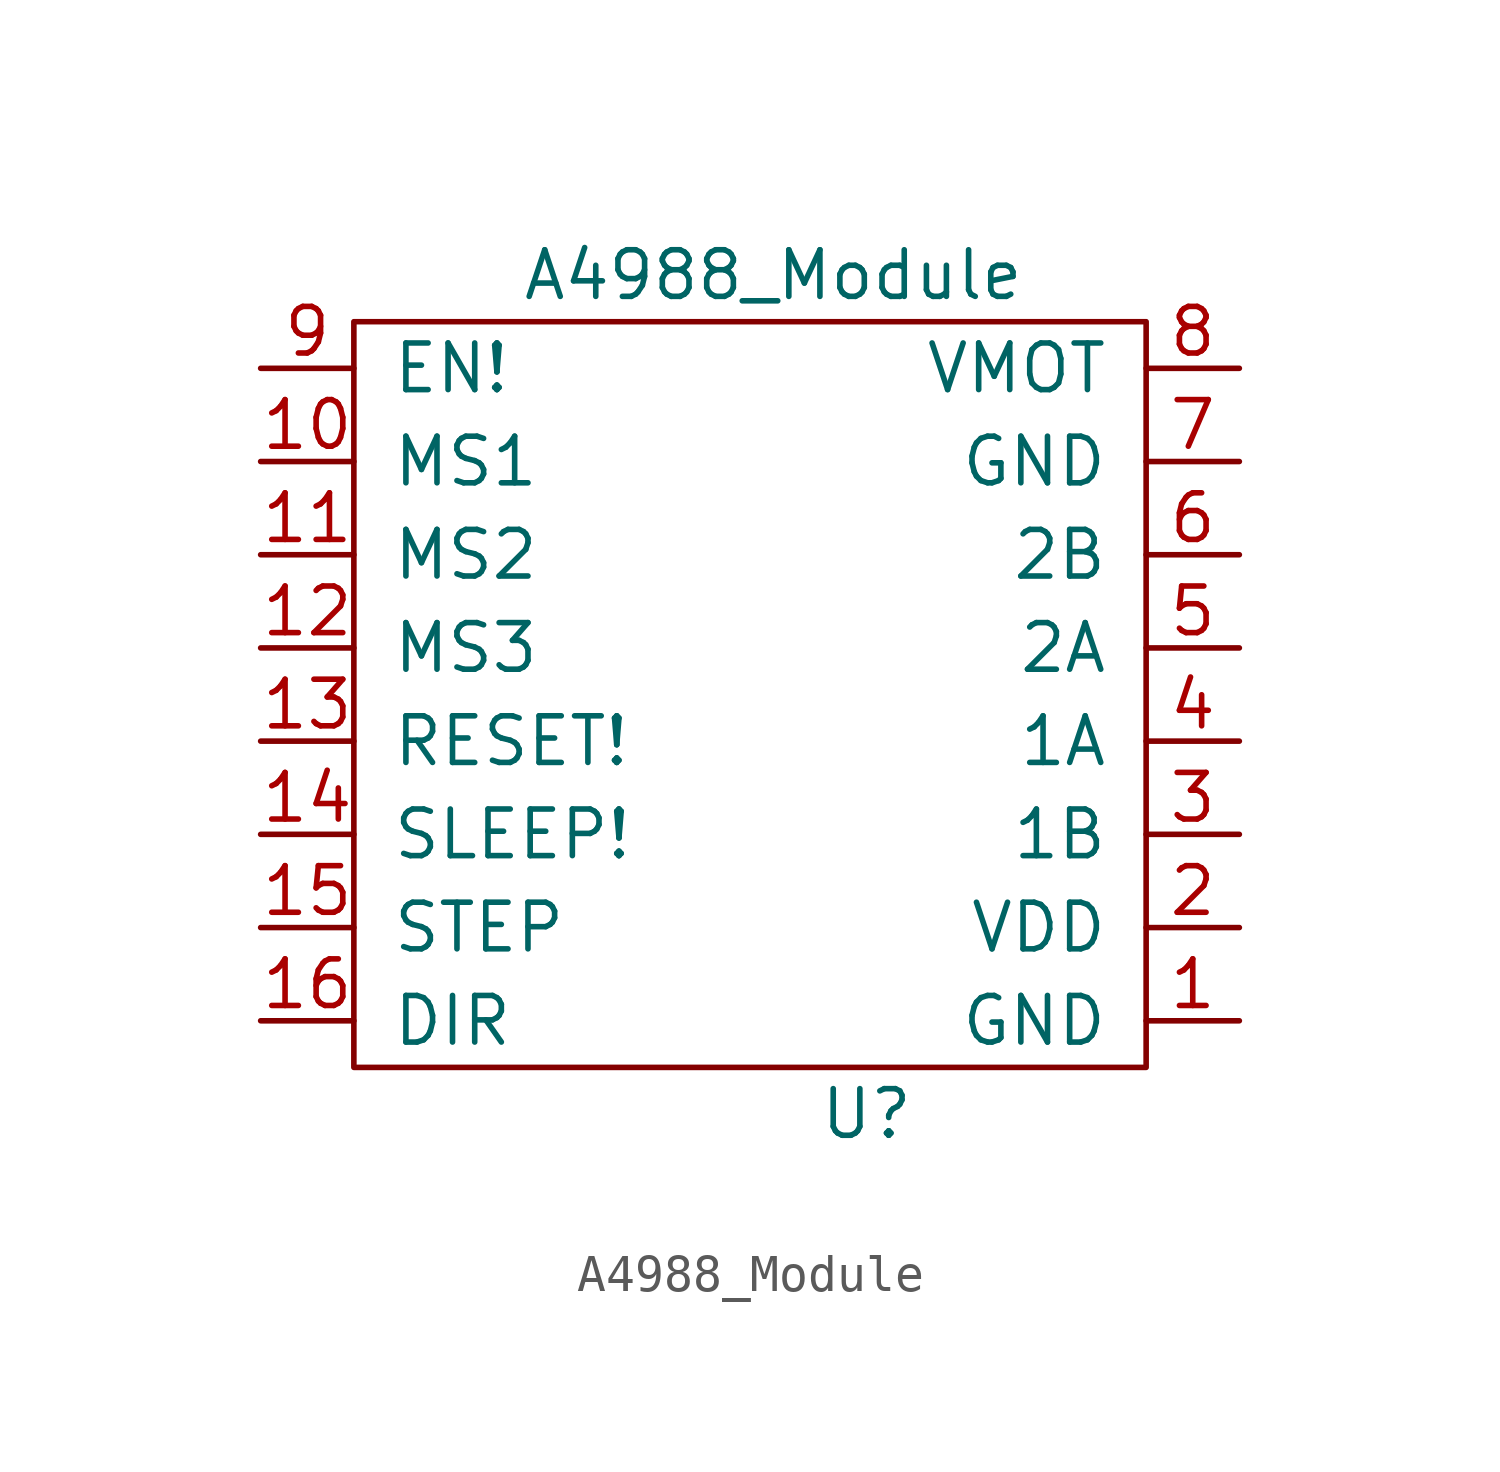
<source format=kicad_sym>
(kicad_symbol_lib
  (version 20211014)
  (generator kicad_symbol_editor)
  (symbol "A4988_Module"
    (pin_names
      (offset 1.016))
    (property "Reference" "U"
      (at 2.54 -11.43 0)
      (effects (font (size 1.27 1.27))))
    (property "Value" "A4988_Module"
      (at 0 11.43 0)
      (effects (font (size 1.27 1.27))))
    (symbol "A4988_Module_0_1"
      (rectangle (start -11.43 10.16) (end 10.16 -10.16) (stroke (width 0) (type default) (color 0 0 0 0)) (fill (type none))))
    (symbol "A4988_Module_1_1"
      (pin input line (at 12.7 -8.89 180) (length 2.54) (name "GND" (effects (font (size 1.27 1.27)))) (number "1" (effects (font (size 1.27 1.27)))))
      (pin input line (at -13.97 6.35 0) (length 2.54) (name "MS1" (effects (font (size 1.27 1.27)))) (number "10" (effects (font (size 1.27 1.27)))))
      (pin input line (at -13.97 3.81 0) (length 2.54) (name "MS2" (effects (font (size 1.27 1.27)))) (number "11" (effects (font (size 1.27 1.27)))))
      (pin input line (at -13.97 1.27 0) (length 2.54) (name "MS3" (effects (font (size 1.27 1.27)))) (number "12" (effects (font (size 1.27 1.27)))))
      (pin output line (at -13.97 -1.27 0) (length 2.54) (name "RESET!" (effects (font (size 1.27 1.27)))) (number "13" (effects (font (size 1.27 1.27)))))
      (pin input line (at -13.97 -3.81 0) (length 2.54) (name "SLEEP!" (effects (font (size 1.27 1.27)))) (number "14" (effects (font (size 1.27 1.27)))))
      (pin input line (at -13.97 -6.35 0) (length 2.54) (name "STEP" (effects (font (size 1.27 1.27)))) (number "15" (effects (font (size 1.27 1.27)))))
      (pin input line (at -13.97 -8.89 0) (length 2.54) (name "DIR" (effects (font (size 1.27 1.27)))) (number "16" (effects (font (size 1.27 1.27)))))
      (pin input line (at 12.7 -6.35 180) (length 2.54) (name "VDD" (effects (font (size 1.27 1.27)))) (number "2" (effects (font (size 1.27 1.27)))))
      (pin output line (at 12.7 -3.81 180) (length 2.54) (name "1B" (effects (font (size 1.27 1.27)))) (number "3" (effects (font (size 1.27 1.27)))))
      (pin output line (at 12.7 -1.27 180) (length 2.54) (name "1A" (effects (font (size 1.27 1.27)))) (number "4" (effects (font (size 1.27 1.27)))))
      (pin output line (at 12.7 1.27 180) (length 2.54) (name "2A" (effects (font (size 1.27 1.27)))) (number "5" (effects (font (size 1.27 1.27)))))
      (pin output line (at 12.7 3.81 180) (length 2.54) (name "2B" (effects (font (size 1.27 1.27)))) (number "6" (effects (font (size 1.27 1.27)))))
      (pin input line (at 12.7 6.35 180) (length 2.54) (name "GND" (effects (font (size 1.27 1.27)))) (number "7" (effects (font (size 1.27 1.27)))))
      (pin input line (at 12.7 8.89 180) (length 2.54) (name "VMOT" (effects (font (size 1.27 1.27)))) (number "8" (effects (font (size 1.27 1.27)))))
      (pin input line (at -13.97 8.89 0) (length 2.54) (name "EN!" (effects (font (size 1.27 1.27)))) (number "9" (effects (font (size 1.27 1.27))))))))
</source>
